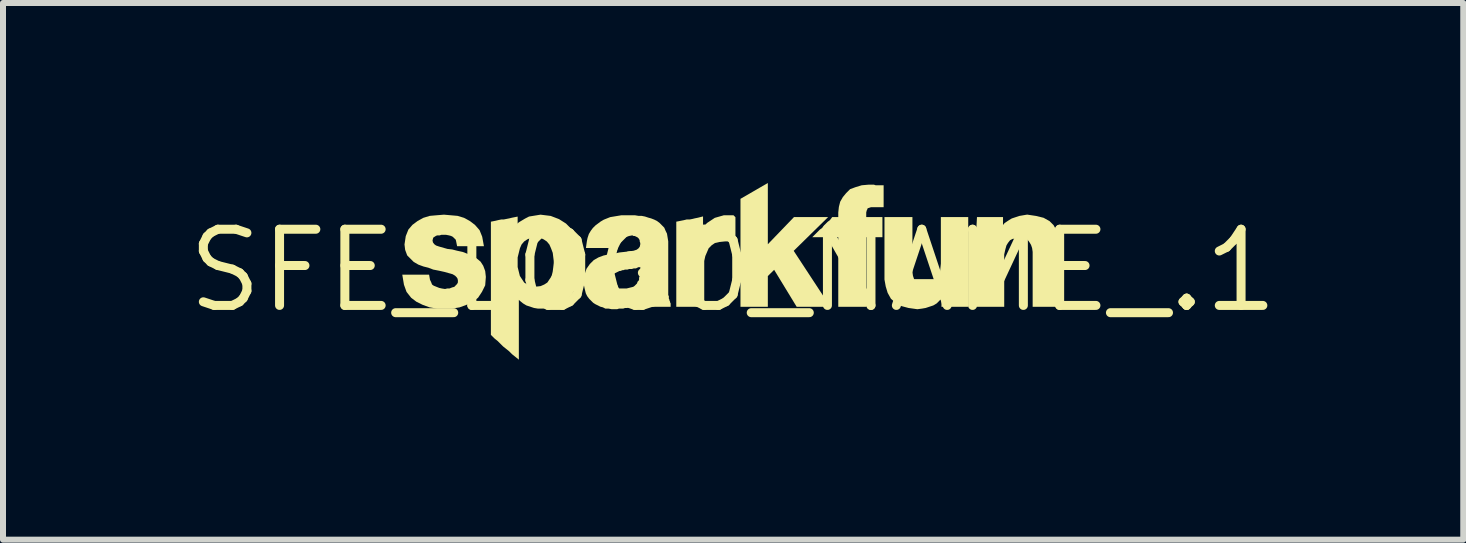
<source format=kicad_pcb>
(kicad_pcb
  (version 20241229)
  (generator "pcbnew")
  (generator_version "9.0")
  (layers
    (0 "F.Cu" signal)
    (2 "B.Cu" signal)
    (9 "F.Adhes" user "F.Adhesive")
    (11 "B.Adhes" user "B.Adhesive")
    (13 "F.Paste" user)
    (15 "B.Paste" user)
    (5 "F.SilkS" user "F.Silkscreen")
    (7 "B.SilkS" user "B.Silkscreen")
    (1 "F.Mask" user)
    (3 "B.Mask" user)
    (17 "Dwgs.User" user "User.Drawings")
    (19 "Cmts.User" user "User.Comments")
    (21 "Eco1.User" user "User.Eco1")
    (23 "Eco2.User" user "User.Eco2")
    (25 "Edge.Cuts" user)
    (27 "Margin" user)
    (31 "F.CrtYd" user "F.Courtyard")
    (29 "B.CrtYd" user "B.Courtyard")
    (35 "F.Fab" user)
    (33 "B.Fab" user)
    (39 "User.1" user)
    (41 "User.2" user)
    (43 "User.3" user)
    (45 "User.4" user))
  (footprint "SFE_LOGO_NAME_.1"
    (layer "F.Cu")
    (at 9.169 1.461)
    (property "Reference" "SFE_LOGO_NAME_.1" (at 0 0 0) (layer "F.SilkS") (effects (font (size 1.27 1.27) (thickness 0.15))))
    (fp_poly (pts (xy -2.528 -0.172) (xy -2.541 0.009) (xy -2.562 0.155) (xy -2.629 0.316) (xy -3.034 0.126) (xy -3.007 0.018) (xy -2.997 -0.059) (xy -2.983 -0.184)) (stroke (width 0) (type default)) (fill yes) (layer "F.SilkS"))
    (fp_poly (pts (xy 0.579 -0.44) (xy 1.015 -0.893) (xy 1.584 -0.893) (xy 1.01 -0.33) (xy 1.622 0.603) (xy 1.06 0.603) (xy 0.684 -0.014) (xy 0.579 0.091) (xy 0.579 0.603) (xy 0.123 0.603) (xy 0.123 -1.197) (xy 0.579 -1.461)) (stroke (width 0) (type default)) (fill yes) (layer "F.SilkS"))
    (fp_poly (pts (xy -1.636 -0.054) (xy -1.69 -0.027) (xy -1.733 -0.027) (xy -1.763 -0.017) (xy -1.803 -0.017) (xy -1.833 -0.007) (xy -1.85 -0.007) (xy -1.87 0.003) (xy -1.925 0.003) (xy -2.03 -0.273) (xy -1.895 -0.303) (xy -1.803 -0.313) (xy -1.688 -0.327)) (stroke (width 0) (type default)) (fill yes) (layer "F.SilkS"))
    (fp_poly (pts (xy 0.039 -0.891) (xy 0.039 -0.477) (xy -0.018 -0.477) (xy -0.038 -0.487) (xy -0.137 -0.487) (xy -0.232 -0.477) (xy -0.303 -0.46) (xy -0.355 -0.425) (xy -0.407 -0.373) (xy -0.463 -0.243) (xy -0.481 -0.161) (xy -0.481 0.603) (xy -0.947 0.603) (xy -0.947 -0.816) (xy -0.817 -0.842) (xy -0.774 -0.853) (xy -0.723 -0.853) (xy -0.677 -0.862) (xy -0.637 -0.872) (xy -0.587 -0.882) (xy -0.501 -0.904) (xy -0.501 -0.721) (xy -0.489 -0.739) (xy -0.433 -0.795) (xy -0.305 -0.88) (xy -0.154 -0.923) (xy 0.007 -0.923)) (stroke (width 0) (type default)) (fill yes) (layer "F.SilkS"))
    (fp_poly (pts (xy 2.377 -1.423) (xy 2.509 -1.423) (xy 2.509 -1.057) (xy 2.297 -1.057) (xy 2.246 -1.04) (xy 2.242 -1.038) (xy 2.236 -1.02) (xy 2.227 -1.002) (xy 2.219 -0.97) (xy 2.219 -0.893) (xy 2.489 -0.893) (xy 2.489 -0.557) (xy 2.219 -0.557) (xy 2.219 0.603) (xy 1.753 0.603) (xy 1.753 -0.557) (xy 1.319 -0.557) (xy 1.446 -0.684) (xy 1.484 -0.712) (xy 1.512 -0.75) (xy 1.576 -0.814) (xy 1.614 -0.842) (xy 1.652 -0.893) (xy 1.753 -0.893) (xy 1.753 -0.967) (xy 1.763 -1.062) (xy 1.785 -1.149) (xy 1.83 -1.227) (xy 1.883 -1.291) (xy 1.95 -1.358) (xy 2.039 -1.391) (xy 2.144 -1.423) (xy 2.259 -1.433) (xy 2.347 -1.433)) (stroke (width 0) (type default)) (fill yes) (layer "F.SilkS"))
    (fp_poly (pts (xy 5.048 -0.912) (xy 5.175 -0.881) (xy 5.274 -0.826) (xy 5.342 -0.758) (xy 5.395 -0.661) (xy 5.438 -0.554) (xy 5.449 -0.438) (xy 5.459 -0.306) (xy 5.459 0.603) (xy 4.993 0.603) (xy 4.993 -0.312) (xy 4.984 -0.376) (xy 4.966 -0.429) (xy 4.939 -0.474) (xy 4.914 -0.508) (xy 4.886 -0.529) (xy 4.781 -0.546) (xy 4.654 -0.528) (xy 4.616 -0.506) (xy 4.582 -0.463) (xy 4.556 -0.42) (xy 4.538 -0.356) (xy 4.519 -0.271) (xy 4.519 0.603) (xy 4.053 0.603) (xy 4.053 -0.676) (xy 4.065 -0.893) (xy 4.499 -0.893) (xy 4.499 -0.761) (xy 4.525 -0.793) (xy 4.591 -0.837) (xy 4.645 -0.87) (xy 4.772 -0.912) (xy 4.901 -0.934)) (stroke (width 0) (type default)) (fill yes) (layer "F.SilkS"))
    (fp_poly (pts (xy 2.989 0.022) (xy 2.998 0.086) (xy 3.017 0.142) (xy 3.033 0.184) (xy 3.066 0.216) (xy 3.097 0.239) (xy 3.137 0.247) (xy 3.201 0.257) (xy 3.265 0.247) (xy 3.318 0.239) (xy 3.357 0.215) (xy 3.401 0.171) (xy 3.426 0.13) (xy 3.443 0.068) (xy 3.453 -0.019) (xy 3.463 -0.117) (xy 3.463 -0.893) (xy 3.919 -0.893) (xy 3.919 0.603) (xy 3.473 0.603) (xy 3.473 0.472) (xy 3.446 0.493) (xy 3.395 0.545) (xy 3.337 0.58) (xy 3.21 0.622) (xy 3.147 0.633) (xy 3.071 0.643) (xy 2.923 0.622) (xy 2.807 0.591) (xy 2.709 0.536) (xy 2.631 0.469) (xy 2.576 0.37) (xy 2.544 0.264) (xy 2.523 0.148) (xy 2.523 -0.893) (xy 2.989 -0.893)) (stroke (width 0) (type default)) (fill yes) (layer "F.SilkS"))
    (fp_poly (pts (xy -3.04 -0.912) (xy -2.902 -0.859) (xy -2.785 -0.785) (xy -2.689 -0.688) (xy -2.615 -0.562) (xy -2.562 -0.426) (xy -2.531 -0.279) (xy -2.531 -0.096) (xy -2.983 -0.108) (xy -3.006 -0.296) (xy -3.034 -0.371) (xy -3.062 -0.435) (xy -3.105 -0.486) (xy -3.157 -0.521) (xy -3.219 -0.548) (xy -3.289 -0.557) (xy -3.369 -0.548) (xy -3.431 -0.521) (xy -3.483 -0.486) (xy -3.526 -0.435) (xy -3.553 -0.373) (xy -3.591 -0.22) (xy -3.591 -0.06) (xy -3.554 0.089) (xy -3.482 0.198) (xy -3.431 0.231) (xy -3.369 0.258) (xy -3.289 0.267) (xy -3.209 0.258) (xy -3.147 0.231) (xy -3.096 0.198) (xy -3.002 0.057) (xy -2.594 0.249) (xy -2.689 0.399) (xy -2.784 0.494) (xy -2.891 0.569) (xy -3.031 0.623) (xy -3.188 0.633) (xy -3.252 0.633) (xy -3.318 0.622) (xy -3.445 0.58) (xy -3.501 0.546) (xy -3.554 0.503) (xy -3.571 0.487) (xy -3.571 1.484) (xy -3.684 1.393) (xy -3.734 1.343) (xy -3.834 1.263) (xy -3.924 1.173) (xy -3.974 1.133) (xy -4.037 1.071) (xy -4.037 -0.816) (xy -3.957 -0.832) (xy -3.917 -0.842) (xy -3.863 -0.853) (xy -3.823 -0.853) (xy -3.727 -0.872) (xy -3.687 -0.882) (xy -3.591 -0.901) (xy -3.591 -0.784) (xy -3.574 -0.804) (xy -3.467 -0.868) (xy -3.401 -0.902) (xy -3.21 -0.933)) (stroke (width 0) (type default)) (fill yes) (layer "F.SilkS"))
    (fp_poly (pts (xy -4.592 -0.913) (xy -4.484 -0.88) (xy -4.388 -0.827) (xy -4.303 -0.763) (xy -4.226 -0.675) (xy -4.182 -0.566) (xy -4.153 -0.407) (xy -4.6 -0.407) (xy -4.616 -0.487) (xy -4.623 -0.516) (xy -4.672 -0.564) (xy -4.702 -0.579) (xy -4.737 -0.588) (xy -4.783 -0.597) (xy -4.863 -0.597) (xy -4.893 -0.587) (xy -4.933 -0.587) (xy -4.952 -0.58) (xy -4.997 -0.551) (xy -5.002 -0.534) (xy -5.01 -0.504) (xy -5.003 -0.471) (xy -4.982 -0.442) (xy -4.951 -0.419) (xy -4.898 -0.401) (xy -4.761 -0.362) (xy -4.682 -0.353) (xy -4.6 -0.332) (xy -4.508 -0.312) (xy -4.425 -0.28) (xy -4.352 -0.249) (xy -4.277 -0.206) (xy -4.21 -0.151) (xy -4.165 -0.082) (xy -4.132 0.006) (xy -4.121 0.104) (xy -4.132 0.245) (xy -4.186 0.354) (xy -4.251 0.452) (xy -4.339 0.518) (xy -4.444 0.57) (xy -4.559 0.612) (xy -4.686 0.633) (xy -4.932 0.633) (xy -5.059 0.612) (xy -5.174 0.57) (xy -5.279 0.518) (xy -5.366 0.452) (xy -5.443 0.354) (xy -5.486 0.235) (xy -5.514 0.067) (xy -5.067 0.067) (xy -5.052 0.153) (xy -5.034 0.189) (xy -5.018 0.231) (xy -4.99 0.251) (xy -4.898 0.288) (xy -4.852 0.298) (xy -4.801 0.306) (xy -4.764 0.297) (xy -4.726 0.297) (xy -4.681 0.279) (xy -4.648 0.271) (xy -4.6 0.222) (xy -4.587 0.196) (xy -4.587 0.16) (xy -4.594 0.131) (xy -4.609 0.109) (xy -4.633 0.085) (xy -4.674 0.06) (xy -4.808 0.022) (xy -4.897 0.002) (xy -4.999 -0.018) (xy -5.08 -0.049) (xy -5.16 -0.069) (xy -5.245 -0.1) (xy -5.322 -0.144) (xy -5.432 -0.254) (xy -5.466 -0.346) (xy -5.477 -0.436) (xy -5.456 -0.575) (xy -5.412 -0.685) (xy -5.345 -0.763) (xy -5.26 -0.827) (xy -5.164 -0.88) (xy -5.056 -0.913) (xy -4.942 -0.923) (xy -4.819 -0.933)) (stroke (width 0) (type default)) (fill yes) (layer "F.SilkS"))
    (fp_poly (pts (xy -1.576 -0.913) (xy -1.525 -0.913) (xy -1.469 -0.902) (xy -1.408 -0.882) (xy -1.367 -0.871) (xy -1.313 -0.85) (xy -1.269 -0.828) (xy -1.224 -0.794) (xy -1.147 -0.716) (xy -1.124 -0.661) (xy -1.102 -0.617) (xy -1.081 -0.488) (xy -1.081 0.406) (xy -1.071 0.426) (xy -1.071 0.466) (xy -1.061 0.486) (xy -1.061 0.496) (xy -1.051 0.516) (xy -1.051 0.526) (xy -1.041 0.546) (xy -1.041 0.603) (xy -1.507 0.603) (xy -1.507 0.561) (xy -1.517 0.551) (xy -1.517 0.541) (xy -1.527 0.531) (xy -1.527 0.513) (xy -1.552 0.53) (xy -1.582 0.54) (xy -1.61 0.558) (xy -1.63 0.568) (xy -1.662 0.59) (xy -1.698 0.602) (xy -1.738 0.612) (xy -1.773 0.623) (xy -1.803 0.623) (xy -1.833 0.633) (xy -1.903 0.633) (xy -1.933 0.643) (xy -2.023 0.643) (xy -2.073 0.633) (xy -2.128 0.633) (xy -2.172 0.611) (xy -2.212 0.601) (xy -2.298 0.558) (xy -2.333 0.535) (xy -2.398 0.47) (xy -2.432 0.425) (xy -2.455 0.378) (xy -2.476 0.293) (xy -2.487 0.239) (xy -2.487 0.183) (xy -2.477 0.067) (xy -2.443 -0.032) (xy -2.388 -0.11) (xy -2.322 -0.176) (xy -2.245 -0.22) (xy -2.16 -0.252) (xy -2.066 -0.273) (xy -1.954 -0.287) (xy -1.851 -0.016) (xy -1.976 0.046) (xy -2.008 0.078) (xy -2.021 0.104) (xy -2.021 0.141) (xy -2.028 0.162) (xy -2.021 0.176) (xy -2.021 0.199) (xy -2.011 0.229) (xy -2.011 0.236) (xy -2.008 0.242) (xy -1.986 0.264) (xy -1.966 0.274) (xy -1.956 0.284) (xy -1.95 0.287) (xy -1.93 0.287) (xy -1.91 0.297) (xy -1.774 0.297) (xy -1.665 0.27) (xy -1.643 0.255) (xy -1.602 0.214) (xy -1.592 0.184) (xy -1.572 0.164) (xy -1.567 0.149) (xy -1.567 0.116) (xy -1.557 0.096) (xy -1.557 0.066) (xy -1.547 0.046) (xy -1.547 -0.063) (xy -1.553 -0.057) (xy -1.58 -0.057) (xy -1.62 -0.037) (xy -1.711 -0.037) (xy -1.764 -0.317) (xy -1.658 -0.332) (xy -1.607 -0.349) (xy -1.576 -0.372) (xy -1.555 -0.401) (xy -1.547 -0.439) (xy -1.547 -0.459) (xy -1.557 -0.489) (xy -1.557 -0.506) (xy -1.57 -0.532) (xy -1.592 -0.554) (xy -1.638 -0.577) (xy -1.658 -0.577) (xy -1.678 -0.587) (xy -1.748 -0.587) (xy -1.762 -0.594) (xy -1.783 -0.587) (xy -1.833 -0.587) (xy -1.863 -0.577) (xy -1.88 -0.577) (xy -1.906 -0.564) (xy -1.958 -0.512) (xy -1.971 -0.486) (xy -1.971 -0.456) (xy -1.981 -0.436) (xy -1.981 -0.377) (xy -2.453 -0.377) (xy -2.437 -0.491) (xy -2.426 -0.545) (xy -2.404 -0.611) (xy -2.371 -0.666) (xy -2.338 -0.71) (xy -2.294 -0.754) (xy -2.21 -0.817) (xy -2.156 -0.849) (xy -2.049 -0.892) (xy -1.862 -0.923) (xy -1.636 -0.923)) (stroke (width 0) (type default)) (fill yes) (layer "F.SilkS")))
  (gr_rect
    (start -3 -3)
    (end 21.339 5.945)
    (stroke (width 0.1) (type default))
    (fill no)
    (layer "Edge.Cuts")))
</source>
